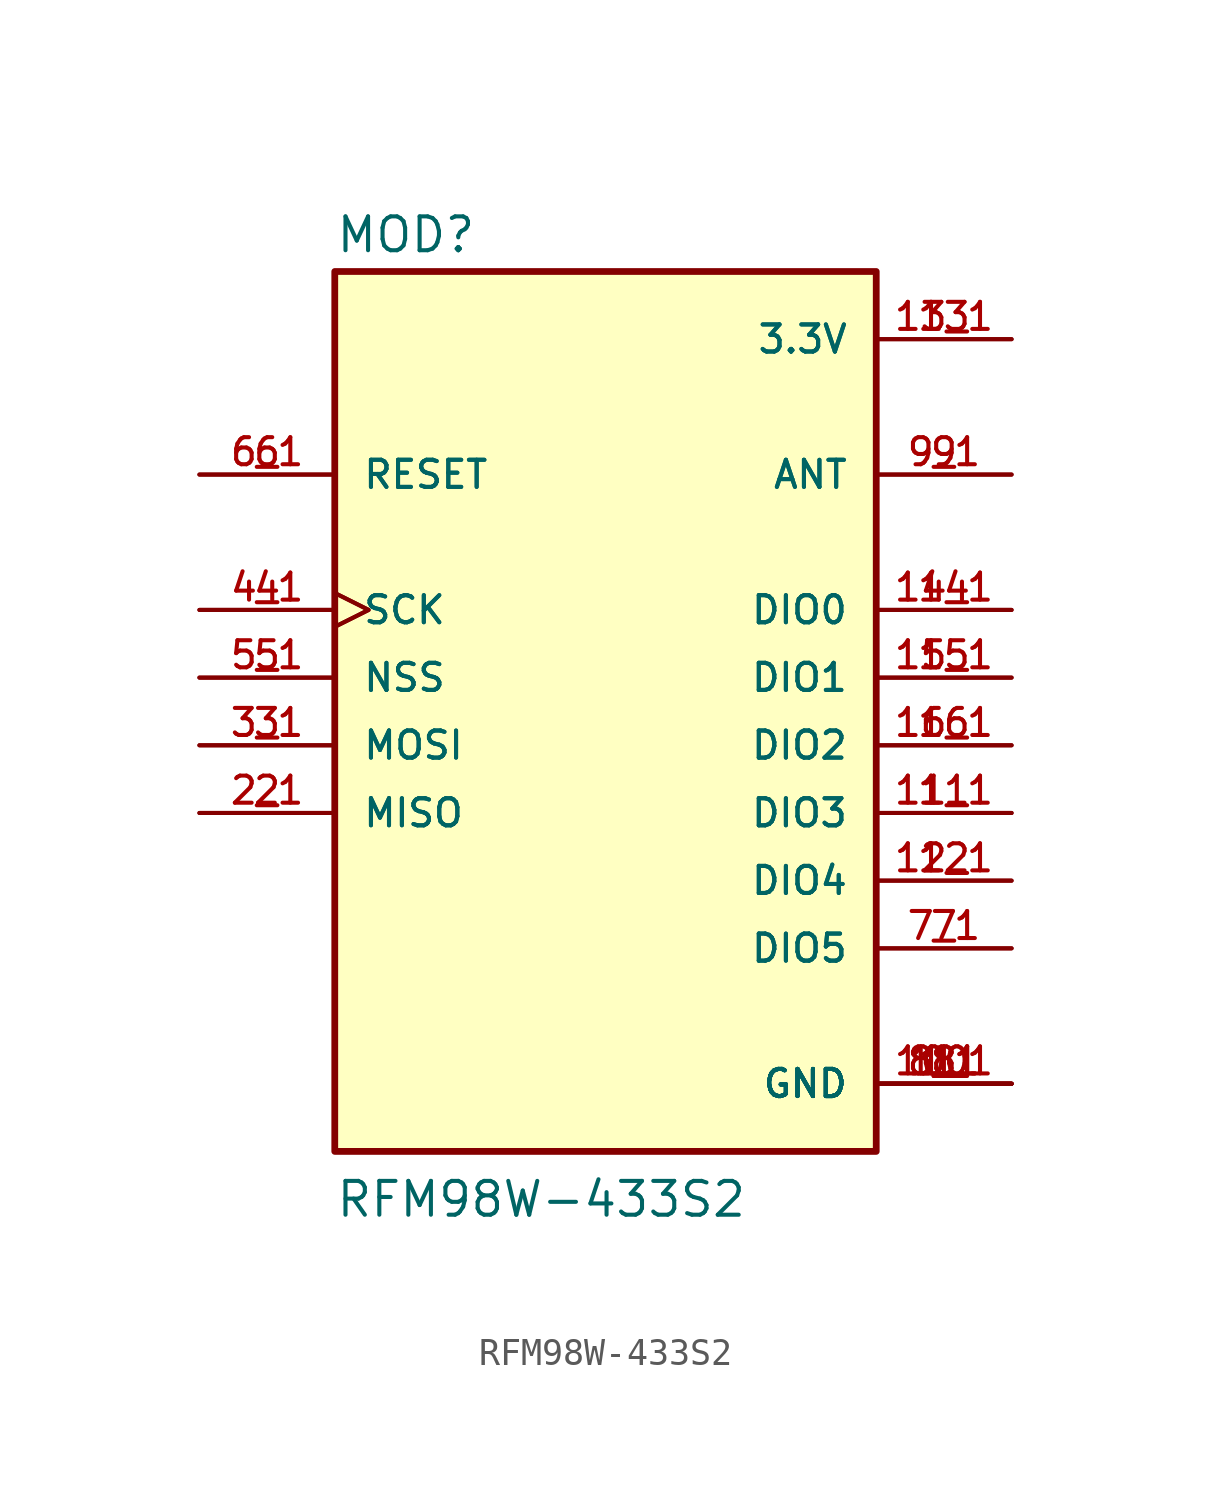
<source format=kicad_sym>
(kicad_symbol_lib
  (version 20201005)
  (generator kicad_symbol_editor)
  (symbol "RFM98W-433S2"
    (pin_names
      (offset 1.016))
    (property "Reference" "MOD"
      (at -10.16 18.415 0)
      (effects (font (size 1.27 1.27)) (justify left bottom)))
    (property "Value" "RFM98W-433S2"
      (at -10.16 -17.78 0)
      (effects (font (size 1.27 1.27)) (justify left bottom)))
    (property "ki_locked" ""
      (at 0 0 0)
      (effects (font (size 1.27 1.27))))
    (symbol "RFM98W-433S2_0_0"
      (rectangle (start -10.16 -15.24) (end 10.16 17.78) (stroke (width 0.254)) (fill (type background)))
      (pin power_in line (at 15.24 -12.7 180) (length 5.08) (name "GND" (effects (font (size 1.016 1.016)))) (number "1" (effects (font (size 1.016 1.016)))))
      (pin power_in line (at 15.24 -12.7 180) (length 5.08) (name "GND" (effects (font (size 1.016 1.016)))) (number "10" (effects (font (size 1.016 1.016)))))
      (pin power_in line (at 15.24 -12.7 180) (length 5.08) (name "GND" (effects (font (size 1.016 1.016)))) (number "10_1" (effects (font (size 1.016 1.016)))))
      (pin bidirectional line (at 15.24 -2.54 180) (length 5.08) (name "DIO3" (effects (font (size 1.016 1.016)))) (number "11" (effects (font (size 1.016 1.016)))))
      (pin bidirectional line (at 15.24 -2.54 180) (length 5.08) (name "DIO3" (effects (font (size 1.016 1.016)))) (number "11_1" (effects (font (size 1.016 1.016)))))
      (pin bidirectional line (at 15.24 -5.08 180) (length 5.08) (name "DIO4" (effects (font (size 1.016 1.016)))) (number "12" (effects (font (size 1.016 1.016)))))
      (pin bidirectional line (at 15.24 -5.08 180) (length 5.08) (name "DIO4" (effects (font (size 1.016 1.016)))) (number "12_1" (effects (font (size 1.016 1.016)))))
      (pin power_in line (at 15.24 15.24 180) (length 5.08) (name "3.3V" (effects (font (size 1.016 1.016)))) (number "13" (effects (font (size 1.016 1.016)))))
      (pin power_in line (at 15.24 15.24 180) (length 5.08) (name "3.3V" (effects (font (size 1.016 1.016)))) (number "13_1" (effects (font (size 1.016 1.016)))))
      (pin bidirectional line (at 15.24 5.08 180) (length 5.08) (name "DIO0" (effects (font (size 1.016 1.016)))) (number "14" (effects (font (size 1.016 1.016)))))
      (pin bidirectional line (at 15.24 5.08 180) (length 5.08) (name "DIO0" (effects (font (size 1.016 1.016)))) (number "14_1" (effects (font (size 1.016 1.016)))))
      (pin bidirectional line (at 15.24 2.54 180) (length 5.08) (name "DIO1" (effects (font (size 1.016 1.016)))) (number "15" (effects (font (size 1.016 1.016)))))
      (pin bidirectional line (at 15.24 2.54 180) (length 5.08) (name "DIO1" (effects (font (size 1.016 1.016)))) (number "15_1" (effects (font (size 1.016 1.016)))))
      (pin bidirectional line (at 15.24 0 180) (length 5.08) (name "DIO2" (effects (font (size 1.016 1.016)))) (number "16" (effects (font (size 1.016 1.016)))))
      (pin bidirectional line (at 15.24 0 180) (length 5.08) (name "DIO2" (effects (font (size 1.016 1.016)))) (number "16_1" (effects (font (size 1.016 1.016)))))
      (pin power_in line (at 15.24 -12.7 180) (length 5.08) (name "GND" (effects (font (size 1.016 1.016)))) (number "1_1" (effects (font (size 1.016 1.016)))))
      (pin output line (at -15.24 -2.54 0) (length 5.08) (name "MISO" (effects (font (size 1.016 1.016)))) (number "2" (effects (font (size 1.016 1.016)))))
      (pin output line (at -15.24 -2.54 0) (length 5.08) (name "MISO" (effects (font (size 1.016 1.016)))) (number "2_1" (effects (font (size 1.016 1.016)))))
      (pin input line (at -15.24 0 0) (length 5.08) (name "MOSI" (effects (font (size 1.016 1.016)))) (number "3" (effects (font (size 1.016 1.016)))))
      (pin input line (at -15.24 0 0) (length 5.08) (name "MOSI" (effects (font (size 1.016 1.016)))) (number "3_1" (effects (font (size 1.016 1.016)))))
      (pin input clock (at -15.24 5.08 0) (length 5.08) (name "SCK" (effects (font (size 1.016 1.016)))) (number "4" (effects (font (size 1.016 1.016)))))
      (pin input clock (at -15.24 5.08 0) (length 5.08) (name "SCK" (effects (font (size 1.016 1.016)))) (number "4_1" (effects (font (size 1.016 1.016)))))
      (pin input line (at -15.24 2.54 0) (length 5.08) (name "NSS" (effects (font (size 1.016 1.016)))) (number "5" (effects (font (size 1.016 1.016)))))
      (pin input line (at -15.24 2.54 0) (length 5.08) (name "NSS" (effects (font (size 1.016 1.016)))) (number "5_1" (effects (font (size 1.016 1.016)))))
      (pin bidirectional line (at -15.24 10.16 0) (length 5.08) (name "RESET" (effects (font (size 1.016 1.016)))) (number "6" (effects (font (size 1.016 1.016)))))
      (pin bidirectional line (at -15.24 10.16 0) (length 5.08) (name "RESET" (effects (font (size 1.016 1.016)))) (number "6_1" (effects (font (size 1.016 1.016)))))
      (pin bidirectional line (at 15.24 -7.62 180) (length 5.08) (name "DIO5" (effects (font (size 1.016 1.016)))) (number "7" (effects (font (size 1.016 1.016)))))
      (pin bidirectional line (at 15.24 -7.62 180) (length 5.08) (name "DIO5" (effects (font (size 1.016 1.016)))) (number "7_1" (effects (font (size 1.016 1.016)))))
      (pin power_in line (at 15.24 -12.7 180) (length 5.08) (name "GND" (effects (font (size 1.016 1.016)))) (number "8" (effects (font (size 1.016 1.016)))))
      (pin power_in line (at 15.24 -12.7 180) (length 5.08) (name "GND" (effects (font (size 1.016 1.016)))) (number "8_1" (effects (font (size 1.016 1.016)))))
      (pin bidirectional line (at 15.24 10.16 180) (length 5.08) (name "ANT" (effects (font (size 1.016 1.016)))) (number "9" (effects (font (size 1.016 1.016)))))
      (pin bidirectional line (at 15.24 10.16 180) (length 5.08) (name "ANT" (effects (font (size 1.016 1.016)))) (number "9_1" (effects (font (size 1.016 1.016))))))))
</source>
